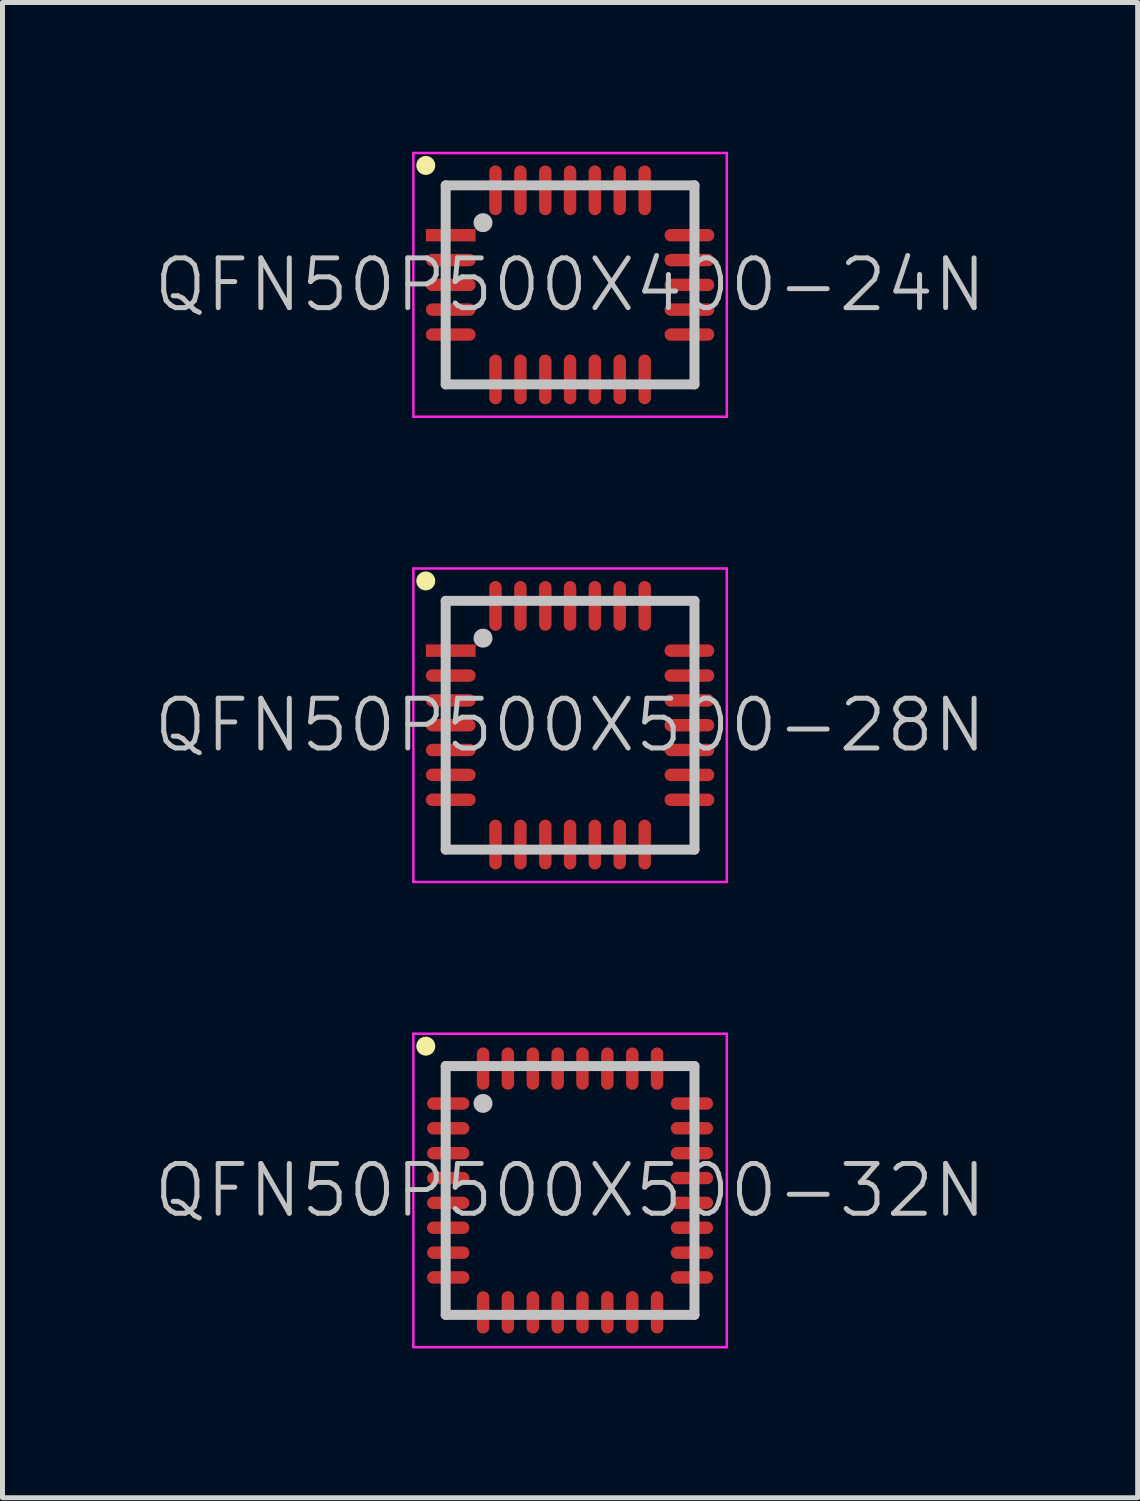
<source format=kicad_pcb>
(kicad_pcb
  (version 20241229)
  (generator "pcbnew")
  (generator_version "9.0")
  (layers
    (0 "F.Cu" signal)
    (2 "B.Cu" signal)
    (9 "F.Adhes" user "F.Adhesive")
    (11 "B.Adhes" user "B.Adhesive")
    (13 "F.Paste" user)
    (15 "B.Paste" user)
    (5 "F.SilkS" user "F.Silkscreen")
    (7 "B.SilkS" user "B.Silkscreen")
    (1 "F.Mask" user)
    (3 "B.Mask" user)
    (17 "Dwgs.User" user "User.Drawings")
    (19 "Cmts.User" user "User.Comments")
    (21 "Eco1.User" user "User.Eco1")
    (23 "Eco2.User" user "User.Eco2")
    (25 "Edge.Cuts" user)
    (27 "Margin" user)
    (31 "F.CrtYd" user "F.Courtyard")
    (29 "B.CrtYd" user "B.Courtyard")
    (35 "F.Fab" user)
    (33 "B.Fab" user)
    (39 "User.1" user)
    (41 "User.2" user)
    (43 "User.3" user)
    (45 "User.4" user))
  (footprint "QFN50P500X400-24N"
    (layer "F.Cu")
    (at 8.407 2.675)
    (property "Reference" "QFN50P500X400-24N" (at 0 0 0) (layer "Dwgs.User") (effects (font (size 1 1) (thickness 0.1))))
    (attr smd)
    (fp_line (start -2.9 -2.4) (end -2.9 -2.4) (stroke (width 0.381) (type solid)) (layer "F.SilkS"))
    (fp_line (start -2.5 -2) (end -2.5 2) (stroke (width 0.2) (type solid)) (layer "Dwgs.User"))
    (fp_line (start -2.5 -2) (end 2.5 -2) (stroke (width 0.2) (type solid)) (layer "Dwgs.User"))
    (fp_line (start -2.5 2) (end 2.5 2) (stroke (width 0.2) (type solid)) (layer "Dwgs.User"))
    (fp_line (start -1.75 -1.25) (end -1.75 -1.25) (stroke (width 0.381) (type solid)) (layer "Dwgs.User"))
    (fp_line (start 2.5 -2) (end 2.5 2) (stroke (width 0.2) (type solid)) (layer "Dwgs.User"))
    (fp_line (start -3.15 -2.65) (end -3.15 2.65) (stroke (width 0.05) (type solid)) (layer "F.CrtYd"))
    (fp_line (start -3.15 -2.65) (end 3.15 -2.65) (stroke (width 0.05) (type solid)) (layer "F.CrtYd"))
    (fp_line (start -3.15 2.65) (end 3.15 2.65) (stroke (width 0.05) (type solid)) (layer "F.CrtYd"))
    (fp_line (start 3.15 -2.65) (end 3.15 2.65) (stroke (width 0.05) (type solid)) (layer "F.CrtYd"))
    (pad "1" smd rect (at -2.398 -0.998 90) (size 0.25 1) (layers "F.Cu" "F.Mask" "F.Paste"))
    (pad "2" smd oval (at -2.398 -0.498 90) (size 0.25 1) (layers "F.Cu" "F.Mask" "F.Paste"))
    (pad "3" smd oval (at -2.398 0 90) (size 0.25 1) (layers "F.Cu" "F.Mask" "F.Paste"))
    (pad "4" smd oval (at -2.398 0.498 90) (size 0.25 1) (layers "F.Cu" "F.Mask" "F.Paste"))
    (pad "5" smd oval (at -2.398 0.998 90) (size 0.25 1) (layers "F.Cu" "F.Mask" "F.Paste"))
    (pad "6" smd oval (at -1.499 1.9 180) (size 0.25 1) (layers "F.Cu" "F.Mask" "F.Paste"))
    (pad "7" smd oval (at -0.998 1.9 180) (size 0.25 1) (layers "F.Cu" "F.Mask" "F.Paste"))
    (pad "8" smd oval (at -0.498 1.9 180) (size 0.25 1) (layers "F.Cu" "F.Mask" "F.Paste"))
    (pad "9" smd oval (at 0 1.9 180) (size 0.25 1) (layers "F.Cu" "F.Mask" "F.Paste"))
    (pad "10" smd oval (at 0.498 1.9 180) (size 0.25 1) (layers "F.Cu" "F.Mask" "F.Paste"))
    (pad "11" smd oval (at 0.998 1.9 180) (size 0.25 1) (layers "F.Cu" "F.Mask" "F.Paste"))
    (pad "12" smd oval (at 1.499 1.9 180) (size 0.25 1) (layers "F.Cu" "F.Mask" "F.Paste"))
    (pad "13" smd oval (at 2.398 0.998 270) (size 0.25 1) (layers "F.Cu" "F.Mask" "F.Paste"))
    (pad "14" smd oval (at 2.398 0.498 270) (size 0.25 1) (layers "F.Cu" "F.Mask" "F.Paste"))
    (pad "15" smd oval (at 2.398 0 270) (size 0.25 1) (layers "F.Cu" "F.Mask" "F.Paste"))
    (pad "16" smd oval (at 2.398 -0.498 270) (size 0.25 1) (layers "F.Cu" "F.Mask" "F.Paste"))
    (pad "17" smd oval (at 2.398 -0.998 270) (size 0.25 1) (layers "F.Cu" "F.Mask" "F.Paste"))
    (pad "18" smd oval (at 1.499 -1.9) (size 0.25 1) (layers "F.Cu" "F.Mask" "F.Paste"))
    (pad "19" smd oval (at 0.998 -1.9) (size 0.25 1) (layers "F.Cu" "F.Mask" "F.Paste"))
    (pad "20" smd oval (at 0.498 -1.9) (size 0.25 1) (layers "F.Cu" "F.Mask" "F.Paste"))
    (pad "21" smd oval (at 0 -1.9) (size 0.25 1) (layers "F.Cu" "F.Mask" "F.Paste"))
    (pad "22" smd oval (at -0.498 -1.9) (size 0.25 1) (layers "F.Cu" "F.Mask" "F.Paste"))
    (pad "23" smd oval (at -0.998 -1.9) (size 0.25 1) (layers "F.Cu" "F.Mask" "F.Paste"))
    (pad "24" smd oval (at -1.499 -1.9) (size 0.25 1) (layers "F.Cu" "F.Mask" "F.Paste")))
  (footprint "QFN50P500X500-32N"
    (layer "F.Cu")
    (at 8.407 20.875)
    (property "Reference" "QFN50P500X500-32N" (at 0 0 0) (layer "Dwgs.User") (effects (font (size 1 1) (thickness 0.1))))
    (attr smd)
    (fp_line (start -2.9 -2.9) (end -2.9 -2.9) (stroke (width 0.381) (type solid)) (layer "F.SilkS"))
    (fp_line (start -2.5 -2.5) (end -2.5 2.5) (stroke (width 0.2) (type solid)) (layer "Dwgs.User"))
    (fp_line (start -2.5 -2.5) (end 2.5 -2.5) (stroke (width 0.2) (type solid)) (layer "Dwgs.User"))
    (fp_line (start -2.5 2.5) (end 2.5 2.5) (stroke (width 0.2) (type solid)) (layer "Dwgs.User"))
    (fp_line (start -1.75 -1.75) (end -1.75 -1.75) (stroke (width 0.381) (type solid)) (layer "Dwgs.User"))
    (fp_line (start 2.5 -2.5) (end 2.5 2.5) (stroke (width 0.2) (type solid)) (layer "Dwgs.User"))
    (fp_line (start -3.15 -3.15) (end -3.15 3.15) (stroke (width 0.05) (type solid)) (layer "F.CrtYd"))
    (fp_line (start -3.15 -3.15) (end 3.15 -3.15) (stroke (width 0.05) (type solid)) (layer "F.CrtYd"))
    (fp_line (start -3.15 3.15) (end 3.15 3.15) (stroke (width 0.05) (type solid)) (layer "F.CrtYd"))
    (fp_line (start 3.15 -3.15) (end 3.15 3.15) (stroke (width 0.05) (type solid)) (layer "F.CrtYd"))
    (pad "1" smd oval (at -2.449 -1.748 90) (size 0.25 0.85) (layers "F.Cu" "F.Mask" "F.Paste"))
    (pad "2" smd oval (at -2.449 -1.25 90) (size 0.25 0.85) (layers "F.Cu" "F.Mask" "F.Paste"))
    (pad "3" smd oval (at -2.449 -0.749 90) (size 0.25 0.85) (layers "F.Cu" "F.Mask" "F.Paste"))
    (pad "4" smd oval (at -2.449 -0.249 90) (size 0.25 0.85) (layers "F.Cu" "F.Mask" "F.Paste"))
    (pad "5" smd oval (at -2.449 0.249 90) (size 0.25 0.85) (layers "F.Cu" "F.Mask" "F.Paste"))
    (pad "6" smd oval (at -2.449 0.749 90) (size 0.25 0.85) (layers "F.Cu" "F.Mask" "F.Paste"))
    (pad "7" smd oval (at -2.449 1.25 90) (size 0.25 0.85) (layers "F.Cu" "F.Mask" "F.Paste"))
    (pad "8" smd oval (at -2.449 1.748 90) (size 0.25 0.85) (layers "F.Cu" "F.Mask" "F.Paste"))
    (pad "9" smd oval (at -1.748 2.449 180) (size 0.25 0.85) (layers "F.Cu" "F.Mask" "F.Paste"))
    (pad "10" smd oval (at -1.25 2.449 180) (size 0.25 0.85) (layers "F.Cu" "F.Mask" "F.Paste"))
    (pad "11" smd oval (at -0.749 2.449 180) (size 0.25 0.85) (layers "F.Cu" "F.Mask" "F.Paste"))
    (pad "12" smd oval (at -0.249 2.449 180) (size 0.25 0.85) (layers "F.Cu" "F.Mask" "F.Paste"))
    (pad "13" smd oval (at 0.249 2.449 180) (size 0.25 0.85) (layers "F.Cu" "F.Mask" "F.Paste"))
    (pad "14" smd oval (at 0.749 2.449 180) (size 0.25 0.85) (layers "F.Cu" "F.Mask" "F.Paste"))
    (pad "15" smd oval (at 1.25 2.449 180) (size 0.25 0.85) (layers "F.Cu" "F.Mask" "F.Paste"))
    (pad "16" smd oval (at 1.748 2.449 180) (size 0.25 0.85) (layers "F.Cu" "F.Mask" "F.Paste"))
    (pad "17" smd oval (at 2.449 1.748 270) (size 0.25 0.85) (layers "F.Cu" "F.Mask" "F.Paste"))
    (pad "18" smd oval (at 2.449 1.25 270) (size 0.25 0.85) (layers "F.Cu" "F.Mask" "F.Paste"))
    (pad "19" smd oval (at 2.449 0.749 270) (size 0.25 0.85) (layers "F.Cu" "F.Mask" "F.Paste"))
    (pad "20" smd oval (at 2.449 0.249 270) (size 0.25 0.85) (layers "F.Cu" "F.Mask" "F.Paste"))
    (pad "21" smd oval (at 2.449 -0.249 270) (size 0.25 0.85) (layers "F.Cu" "F.Mask" "F.Paste"))
    (pad "22" smd oval (at 2.449 -0.749 270) (size 0.25 0.85) (layers "F.Cu" "F.Mask" "F.Paste"))
    (pad "23" smd oval (at 2.449 -1.25 270) (size 0.25 0.85) (layers "F.Cu" "F.Mask" "F.Paste"))
    (pad "24" smd oval (at 2.449 -1.748 270) (size 0.25 0.85) (layers "F.Cu" "F.Mask" "F.Paste"))
    (pad "25" smd oval (at 1.748 -2.449) (size 0.25 0.85) (layers "F.Cu" "F.Mask" "F.Paste"))
    (pad "26" smd oval (at 1.25 -2.449) (size 0.25 0.85) (layers "F.Cu" "F.Mask" "F.Paste"))
    (pad "27" smd oval (at 0.749 -2.449) (size 0.25 0.85) (layers "F.Cu" "F.Mask" "F.Paste"))
    (pad "28" smd oval (at 0.249 -2.449) (size 0.25 0.85) (layers "F.Cu" "F.Mask" "F.Paste"))
    (pad "29" smd oval (at -0.249 -2.449) (size 0.25 0.85) (layers "F.Cu" "F.Mask" "F.Paste"))
    (pad "30" smd oval (at -0.749 -2.449) (size 0.25 0.85) (layers "F.Cu" "F.Mask" "F.Paste"))
    (pad "31" smd oval (at -1.25 -2.449) (size 0.25 0.85) (layers "F.Cu" "F.Mask" "F.Paste"))
    (pad "32" smd oval (at -1.748 -2.449) (size 0.25 0.85) (layers "F.Cu" "F.Mask" "F.Paste")))
  (footprint "QFN50P500X500-28N"
    (layer "F.Cu")
    (at 8.407 11.525)
    (property "Reference" "QFN50P500X500-28N" (at 0 0 0) (layer "Dwgs.User") (effects (font (size 1 1) (thickness 0.1))))
    (attr smd)
    (fp_line (start -2.9 -2.9) (end -2.9 -2.9) (stroke (width 0.381) (type solid)) (layer "F.SilkS"))
    (fp_line (start -2.5 -2.5) (end -2.5 2.5) (stroke (width 0.2) (type solid)) (layer "Dwgs.User"))
    (fp_line (start -2.5 -2.5) (end 2.5 -2.5) (stroke (width 0.2) (type solid)) (layer "Dwgs.User"))
    (fp_line (start -2.5 2.5) (end 2.5 2.5) (stroke (width 0.2) (type solid)) (layer "Dwgs.User"))
    (fp_line (start -1.75 -1.75) (end -1.75 -1.75) (stroke (width 0.381) (type solid)) (layer "Dwgs.User"))
    (fp_line (start 2.5 -2.5) (end 2.5 2.5) (stroke (width 0.2) (type solid)) (layer "Dwgs.User"))
    (fp_line (start -3.15 -3.15) (end -3.15 3.15) (stroke (width 0.05) (type solid)) (layer "F.CrtYd"))
    (fp_line (start -3.15 -3.15) (end 3.15 -3.15) (stroke (width 0.05) (type solid)) (layer "F.CrtYd"))
    (fp_line (start -3.15 3.15) (end 3.15 3.15) (stroke (width 0.05) (type solid)) (layer "F.CrtYd"))
    (fp_line (start 3.15 -3.15) (end 3.15 3.15) (stroke (width 0.05) (type solid)) (layer "F.CrtYd"))
    (pad "1" smd rect (at -2.398 -1.499 90) (size 0.25 1) (layers "F.Cu" "F.Mask" "F.Paste"))
    (pad "2" smd oval (at -2.398 -0.998 90) (size 0.25 1) (layers "F.Cu" "F.Mask" "F.Paste"))
    (pad "3" smd oval (at -2.398 -0.498 90) (size 0.25 1) (layers "F.Cu" "F.Mask" "F.Paste"))
    (pad "4" smd oval (at -2.398 0 90) (size 0.25 1) (layers "F.Cu" "F.Mask" "F.Paste"))
    (pad "5" smd oval (at -2.398 0.498 90) (size 0.25 1) (layers "F.Cu" "F.Mask" "F.Paste"))
    (pad "6" smd oval (at -2.398 0.998 90) (size 0.25 1) (layers "F.Cu" "F.Mask" "F.Paste"))
    (pad "7" smd oval (at -2.398 1.499 90) (size 0.25 1) (layers "F.Cu" "F.Mask" "F.Paste"))
    (pad "8" smd oval (at -1.499 2.398 180) (size 0.25 1) (layers "F.Cu" "F.Mask" "F.Paste"))
    (pad "9" smd oval (at -0.998 2.398 180) (size 0.25 1) (layers "F.Cu" "F.Mask" "F.Paste"))
    (pad "10" smd oval (at -0.498 2.398 180) (size 0.25 1) (layers "F.Cu" "F.Mask" "F.Paste"))
    (pad "11" smd oval (at 0 2.398 180) (size 0.25 1) (layers "F.Cu" "F.Mask" "F.Paste"))
    (pad "12" smd oval (at 0.498 2.398 180) (size 0.25 1) (layers "F.Cu" "F.Mask" "F.Paste"))
    (pad "13" smd oval (at 0.998 2.398 180) (size 0.25 1) (layers "F.Cu" "F.Mask" "F.Paste"))
    (pad "14" smd oval (at 1.499 2.398 180) (size 0.25 1) (layers "F.Cu" "F.Mask" "F.Paste"))
    (pad "15" smd oval (at 2.398 1.499 270) (size 0.25 1) (layers "F.Cu" "F.Mask" "F.Paste"))
    (pad "16" smd oval (at 2.398 0.998 270) (size 0.25 1) (layers "F.Cu" "F.Mask" "F.Paste"))
    (pad "17" smd oval (at 2.398 0.498 270) (size 0.25 1) (layers "F.Cu" "F.Mask" "F.Paste"))
    (pad "18" smd oval (at 2.398 0 270) (size 0.25 1) (layers "F.Cu" "F.Mask" "F.Paste"))
    (pad "19" smd oval (at 2.398 -0.498 270) (size 0.25 1) (layers "F.Cu" "F.Mask" "F.Paste"))
    (pad "20" smd oval (at 2.398 -0.998 270) (size 0.25 1) (layers "F.Cu" "F.Mask" "F.Paste"))
    (pad "21" smd oval (at 2.398 -1.499 270) (size 0.25 1) (layers "F.Cu" "F.Mask" "F.Paste"))
    (pad "22" smd oval (at 1.499 -2.398) (size 0.25 1) (layers "F.Cu" "F.Mask" "F.Paste"))
    (pad "23" smd oval (at 0.998 -2.398) (size 0.25 1) (layers "F.Cu" "F.Mask" "F.Paste"))
    (pad "24" smd oval (at 0.498 -2.398) (size 0.25 1) (layers "F.Cu" "F.Mask" "F.Paste"))
    (pad "25" smd oval (at 0 -2.398) (size 0.25 1) (layers "F.Cu" "F.Mask" "F.Paste"))
    (pad "26" smd oval (at -0.498 -2.398) (size 0.25 1) (layers "F.Cu" "F.Mask" "F.Paste"))
    (pad "27" smd oval (at -0.998 -2.398) (size 0.25 1) (layers "F.Cu" "F.Mask" "F.Paste"))
    (pad "28" smd oval (at -1.499 -2.398) (size 0.25 1) (layers "F.Cu" "F.Mask" "F.Paste")))
  (gr_rect
    (start -3 -3)
    (end 19.814 27.05)
    (stroke (width 0.1) (type default))
    (fill no)
    (layer "Edge.Cuts")))
</source>
